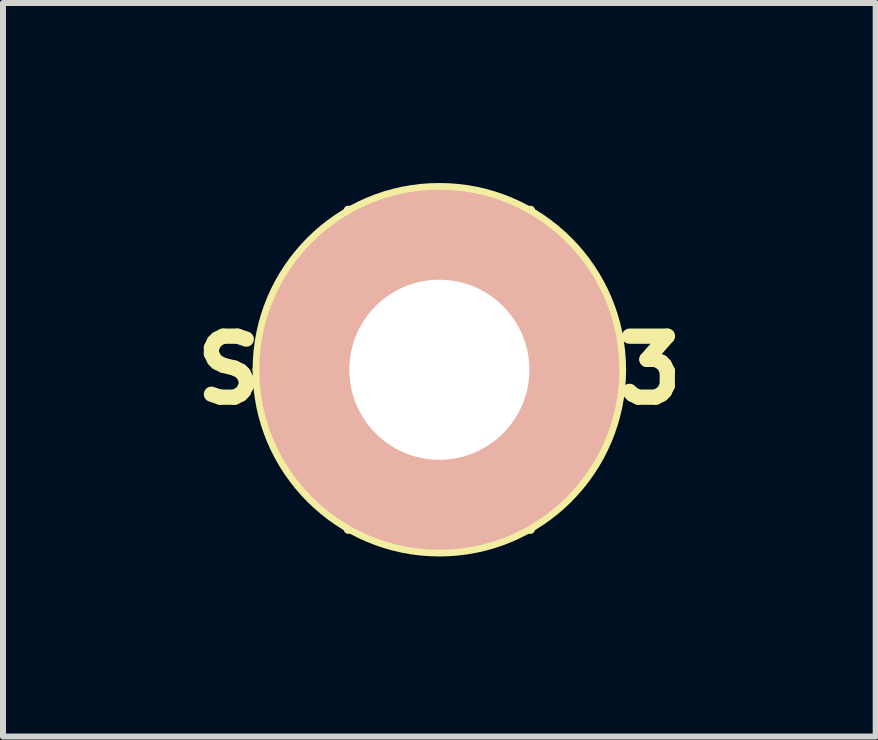
<source format=kicad_pcb>
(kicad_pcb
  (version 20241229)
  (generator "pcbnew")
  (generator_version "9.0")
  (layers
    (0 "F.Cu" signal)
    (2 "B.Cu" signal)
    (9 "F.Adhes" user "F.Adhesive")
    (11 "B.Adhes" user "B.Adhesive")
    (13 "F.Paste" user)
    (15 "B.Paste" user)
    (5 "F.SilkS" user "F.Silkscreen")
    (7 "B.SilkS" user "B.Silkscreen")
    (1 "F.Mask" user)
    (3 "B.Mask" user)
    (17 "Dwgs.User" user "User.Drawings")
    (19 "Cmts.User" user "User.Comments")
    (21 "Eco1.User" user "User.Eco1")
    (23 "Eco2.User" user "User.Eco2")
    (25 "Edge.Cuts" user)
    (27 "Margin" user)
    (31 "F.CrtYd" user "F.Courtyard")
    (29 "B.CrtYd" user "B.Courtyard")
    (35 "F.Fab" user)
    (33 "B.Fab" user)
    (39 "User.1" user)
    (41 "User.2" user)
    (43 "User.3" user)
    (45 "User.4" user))
  (footprint "SCREW_M3"
    (layer "F.Cu")
    (at 4.271 3.111)
    (property "Reference" "SCREW_M3" (at 0 0 0) (layer "F.SilkS") (effects (font (size 1.016 1.016) (thickness 0.254))))
    (attr through_hole)
    (fp_line (start -3.048 0) (end -1.524 2.667) (stroke (width 0.127) (type solid)) (layer "F.SilkS"))
    (fp_line (start -1.524 -2.667) (end -3.048 0) (stroke (width 0.127) (type solid)) (layer "F.SilkS"))
    (fp_line (start -1.524 2.667) (end 1.524 2.667) (stroke (width 0.127) (type solid)) (layer "F.SilkS"))
    (fp_line (start 1.524 -2.667) (end -1.524 -2.667) (stroke (width 0.127) (type solid)) (layer "F.SilkS"))
    (fp_line (start 1.524 2.667) (end 3.048 0) (stroke (width 0.127) (type solid)) (layer "F.SilkS"))
    (fp_line (start 3.048 0) (end 1.524 -2.667) (stroke (width 0.127) (type solid)) (layer "F.SilkS"))
    (fp_circle (center 0 0) (end 1.524 0) (stroke (width 0.127) (type solid)) (fill no) (layer "F.SilkS"))
    (fp_circle (center 0 0) (end 2.159 -1.397) (stroke (width 0.127) (type solid)) (fill no) (layer "F.SilkS"))
    (fp_circle (center 0 0) (end 3.048 0) (stroke (width 0.127) (type solid)) (fill no) (layer "F.SilkS"))
    (pad "" thru_hole circle (at 0 0) (size 6 6) (drill 3) (layers "*.Cu" "*.SilkS" "*.Mask")))
  (gr_rect
    (start -3 -3)
    (end 11.542 9.223)
    (stroke (width 0.1) (type default))
    (fill no)
    (layer "Edge.Cuts")))
</source>
